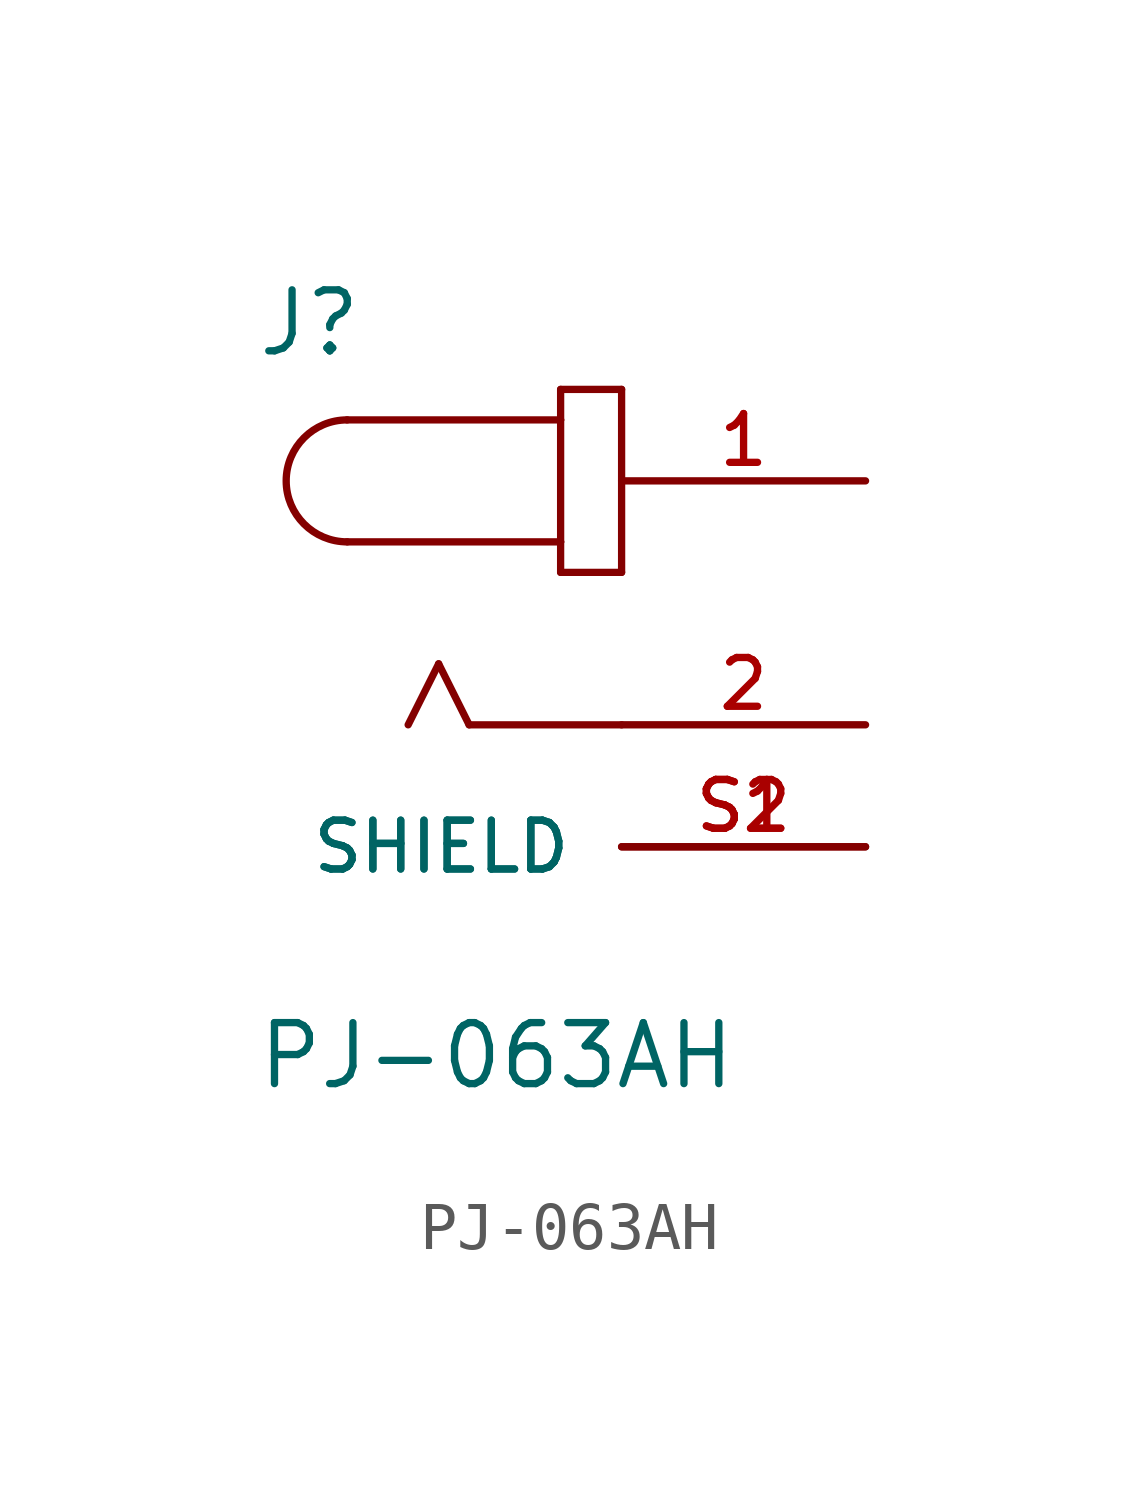
<source format=kicad_sym>
(kicad_symbol_lib
  (version 20211014)
  (generator kicad_symbol_editor)
  (symbol "PJ-063AH"
    (pin_names
      (offset 1.016))
    (property "Reference" "J"
      (at -7.628 5.085 0)
      (effects (font (size 1.27 1.27)) (justify bottom left)))
    (property "Value" "PJ-063AH"
      (at -7.631 -10.175 0)
      (effects (font (size 1.27 1.27)) (justify bottom left)))
    (symbol "PJ-063AH_0_0"
      (arc (start -5.715 3.81) (mid -6.985 2.54) (end -5.715 1.27) (stroke (width 0.1524) (type default) (color 0 0 0 0)) (fill (type none)))
      (polyline (pts (xy -5.715 3.81) (xy -1.27 3.81)) (stroke (width 0.152)))
      (polyline (pts (xy -1.27 3.81) (xy -1.27 1.27)) (stroke (width 0.152)))
      (polyline (pts (xy -1.27 1.27) (xy -5.715 1.27)) (stroke (width 0.152)))
      (polyline (pts (xy -1.27 1.27) (xy -1.27 0.635)) (stroke (width 0.152)))
      (polyline (pts (xy -1.27 0.635) (xy 0.0 0.635)) (stroke (width 0.152)))
      (polyline (pts (xy 0.0 0.635) (xy 0.0 4.445)) (stroke (width 0.152)))
      (polyline (pts (xy 0.0 4.445) (xy -1.27 4.445)) (stroke (width 0.152)))
      (polyline (pts (xy -1.27 4.445) (xy -1.27 3.81)) (stroke (width 0.152)))
      (polyline (pts (xy 0.0 -2.54) (xy -3.175 -2.54)) (stroke (width 0.152)))
      (polyline (pts (xy -3.175 -2.54) (xy -3.81 -1.27)) (stroke (width 0.152)))
      (polyline (pts (xy -3.81 -1.27) (xy -4.445 -2.54)) (stroke (width 0.152)))
      (pin passive line (at 5.08 2.54 180.0) (length 5.08) (name "~" (effects (font (size 1.016 1.016)))) (number "1" (effects (font (size 1.016 1.016)))))
      (pin passive line (at 5.08 -2.54 180.0) (length 5.08) (name "~" (effects (font (size 1.016 1.016)))) (number "2" (effects (font (size 1.016 1.016)))))
      (pin power_in line (at 5.08 -5.08 180.0) (length 5.08) (name "SHIELD" (effects (font (size 1.016 1.016)))) (number "S1" (effects (font (size 1.016 1.016)))))
      (pin power_in line (at 5.08 -5.08 180.0) (length 5.08) (name "SHIELD" (effects (font (size 1.016 1.016)))) (number "S2" (effects (font (size 1.016 1.016))))))))
</source>
